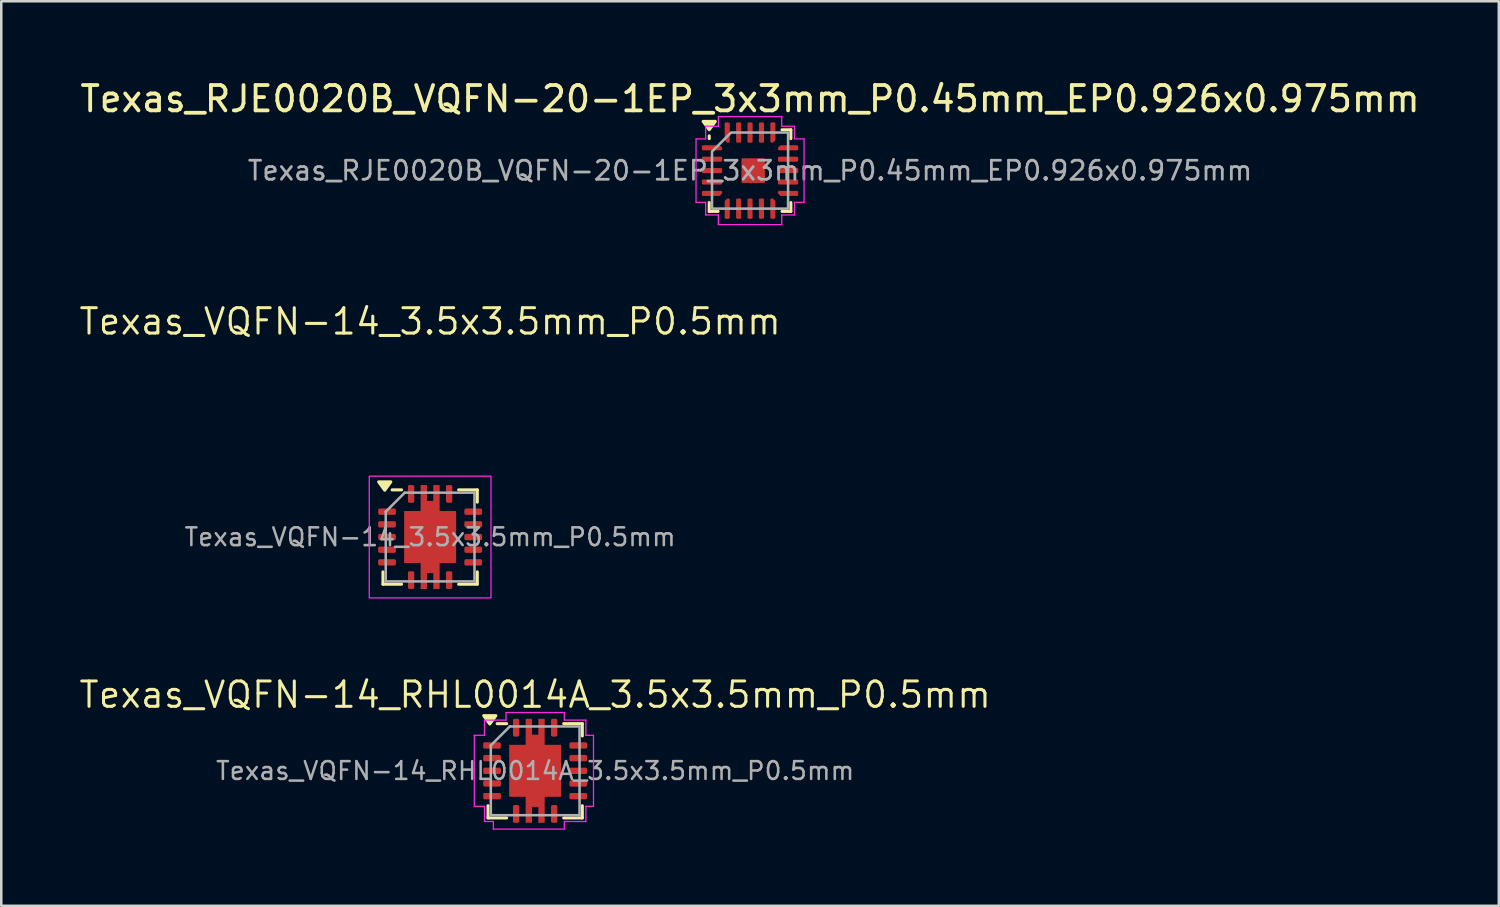
<source format=kicad_pcb>
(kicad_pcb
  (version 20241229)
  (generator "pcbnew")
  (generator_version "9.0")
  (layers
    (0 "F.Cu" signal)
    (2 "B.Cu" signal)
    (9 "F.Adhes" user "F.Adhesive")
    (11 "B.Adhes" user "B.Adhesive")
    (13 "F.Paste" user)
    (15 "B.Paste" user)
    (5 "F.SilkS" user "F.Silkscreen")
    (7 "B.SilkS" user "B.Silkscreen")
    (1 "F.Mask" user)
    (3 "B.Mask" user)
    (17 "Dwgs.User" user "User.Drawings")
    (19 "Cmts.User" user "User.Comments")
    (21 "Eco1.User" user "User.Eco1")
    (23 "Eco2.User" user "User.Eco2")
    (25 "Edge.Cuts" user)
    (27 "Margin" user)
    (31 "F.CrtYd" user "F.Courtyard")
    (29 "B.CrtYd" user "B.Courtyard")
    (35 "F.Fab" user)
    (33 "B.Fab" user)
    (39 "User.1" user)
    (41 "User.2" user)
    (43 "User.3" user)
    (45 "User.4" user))
  (footprint "Texas_RJE0020B_VQFN-20-1EP_3x3mm_P0.45mm_EP0.926x0.975mm"
    (layer "F.Cu")
    (at 26.53 3.678)
    (property "Reference" "Texas_RJE0020B_VQFN-20-1EP_3x3mm_P0.45mm_EP0.926x0.975mm" (at 0 -2.83 0) (layer "F.SilkS") (effects (font (size 1 1) (thickness 0.15))))
    (attr smd)
    (fp_line (start -1.61 -1.26) (end -1.61 -1.37) (stroke (width 0.12) (type solid)) (layer "F.SilkS"))
    (fp_line (start -1.61 1.61) (end -1.61 1.26) (stroke (width 0.12) (type solid)) (layer "F.SilkS"))
    (fp_line (start -1.26 1.61) (end -1.61 1.61) (stroke (width 0.12) (type solid)) (layer "F.SilkS"))
    (fp_line (start 1.26 -1.61) (end 1.61 -1.61) (stroke (width 0.12) (type solid)) (layer "F.SilkS"))
    (fp_line (start 1.26 1.61) (end 1.61 1.61) (stroke (width 0.12) (type solid)) (layer "F.SilkS"))
    (fp_line (start 1.61 -1.61) (end 1.61 -1.26) (stroke (width 0.12) (type solid)) (layer "F.SilkS"))
    (fp_line (start 1.61 1.61) (end 1.61 1.26) (stroke (width 0.12) (type solid)) (layer "F.SilkS"))
    (fp_poly (pts (xy -1.61 -1.61) (xy -1.85 -1.94) (xy -1.37 -1.94)) (stroke (width 0.12) (type solid)) (fill yes) (layer "F.SilkS"))
    (fp_line (start -2.13 -1.25) (end -1.75 -1.25) (stroke (width 0.05) (type solid)) (layer "F.CrtYd"))
    (fp_line (start -2.13 1.25) (end -2.13 -1.25) (stroke (width 0.05) (type solid)) (layer "F.CrtYd"))
    (fp_line (start -1.75 -1.75) (end -1.25 -1.75) (stroke (width 0.05) (type solid)) (layer "F.CrtYd"))
    (fp_line (start -1.75 -1.25) (end -1.75 -1.75) (stroke (width 0.05) (type solid)) (layer "F.CrtYd"))
    (fp_line (start -1.75 1.25) (end -2.13 1.25) (stroke (width 0.05) (type solid)) (layer "F.CrtYd"))
    (fp_line (start -1.75 1.75) (end -1.75 1.25) (stroke (width 0.05) (type solid)) (layer "F.CrtYd"))
    (fp_line (start -1.25 -2.13) (end 1.25 -2.13) (stroke (width 0.05) (type solid)) (layer "F.CrtYd"))
    (fp_line (start -1.25 -1.75) (end -1.25 -2.13) (stroke (width 0.05) (type solid)) (layer "F.CrtYd"))
    (fp_line (start -1.25 1.75) (end -1.75 1.75) (stroke (width 0.05) (type solid)) (layer "F.CrtYd"))
    (fp_line (start -1.25 2.13) (end -1.25 1.75) (stroke (width 0.05) (type solid)) (layer "F.CrtYd"))
    (fp_line (start 1.25 -2.13) (end 1.25 -1.75) (stroke (width 0.05) (type solid)) (layer "F.CrtYd"))
    (fp_line (start 1.25 -1.75) (end 1.75 -1.75) (stroke (width 0.05) (type solid)) (layer "F.CrtYd"))
    (fp_line (start 1.25 1.75) (end 1.25 2.13) (stroke (width 0.05) (type solid)) (layer "F.CrtYd"))
    (fp_line (start 1.25 2.13) (end -1.25 2.13) (stroke (width 0.05) (type solid)) (layer "F.CrtYd"))
    (fp_line (start 1.75 -1.75) (end 1.75 -1.25) (stroke (width 0.05) (type solid)) (layer "F.CrtYd"))
    (fp_line (start 1.75 -1.25) (end 2.13 -1.25) (stroke (width 0.05) (type solid)) (layer "F.CrtYd"))
    (fp_line (start 1.75 1.25) (end 1.75 1.75) (stroke (width 0.05) (type solid)) (layer "F.CrtYd"))
    (fp_line (start 1.75 1.75) (end 1.25 1.75) (stroke (width 0.05) (type solid)) (layer "F.CrtYd"))
    (fp_line (start 2.13 -1.25) (end 2.13 1.25) (stroke (width 0.05) (type solid)) (layer "F.CrtYd"))
    (fp_line (start 2.13 1.25) (end 1.75 1.25) (stroke (width 0.05) (type solid)) (layer "F.CrtYd"))
    (fp_poly (pts (xy -1.5 -0.75) (xy -1.5 1.5) (xy 1.5 1.5) (xy 1.5 -1.5) (xy -0.75 -1.5)) (stroke (width 0.1) (type solid)) (fill no) (layer "F.Fab"))
    (fp_text user "${REFERENCE}" (at 0 0 0) (layer "F.Fab") (effects (font (size 0.75 0.75) (thickness 0.11))))
    (pad "1" smd roundrect (at -1.5 -0.9) (size 0.8 0.2) (layers "F.Cu" "F.Mask" "F.Paste") (roundrect_rratio 0.25) (chamfer_ratio 0.5) (chamfer top_right))
    (pad "2" smd roundrect (at -1.5 -0.45) (size 0.8 0.2) (layers "F.Cu" "F.Mask" "F.Paste") (roundrect_rratio 0.25))
    (pad "3" smd roundrect (at -1.5 0) (size 0.8 0.2) (layers "F.Cu" "F.Mask" "F.Paste") (roundrect_rratio 0.25))
    (pad "4" smd roundrect (at -1.5 0.45) (size 0.8 0.2) (layers "F.Cu" "F.Mask" "F.Paste") (roundrect_rratio 0.25))
    (pad "5" smd roundrect (at -1.5 0.9) (size 0.8 0.2) (layers "F.Cu" "F.Mask" "F.Paste") (roundrect_rratio 0.25) (chamfer_ratio 0.5) (chamfer bottom_right))
    (pad "6" smd roundrect (at -0.9 1.5) (size 0.2 0.8) (layers "F.Cu" "F.Mask" "F.Paste") (roundrect_rratio 0.25) (chamfer_ratio 0.5) (chamfer top_left))
    (pad "7" smd roundrect (at -0.45 1.5) (size 0.2 0.8) (layers "F.Cu" "F.Mask" "F.Paste") (roundrect_rratio 0.25))
    (pad "8" smd roundrect (at 0 1.5) (size 0.2 0.8) (layers "F.Cu" "F.Mask" "F.Paste") (roundrect_rratio 0.25))
    (pad "9" smd roundrect (at 0.45 1.5) (size 0.2 0.8) (layers "F.Cu" "F.Mask" "F.Paste") (roundrect_rratio 0.25))
    (pad "10" smd roundrect (at 0.9 1.5) (size 0.2 0.8) (layers "F.Cu" "F.Mask" "F.Paste") (roundrect_rratio 0.25) (chamfer_ratio 0.5) (chamfer top_right))
    (pad "11" smd roundrect (at 1.5 0.9) (size 0.8 0.2) (layers "F.Cu" "F.Mask" "F.Paste") (roundrect_rratio 0.25) (chamfer_ratio 0.5) (chamfer bottom_left))
    (pad "12" smd roundrect (at 1.5 0.45) (size 0.8 0.2) (layers "F.Cu" "F.Mask" "F.Paste") (roundrect_rratio 0.25))
    (pad "13" smd roundrect (at 1.5 0) (size 0.8 0.2) (layers "F.Cu" "F.Mask" "F.Paste") (roundrect_rratio 0.25))
    (pad "14" smd roundrect (at 1.5 -0.45) (size 0.8 0.2) (layers "F.Cu" "F.Mask" "F.Paste") (roundrect_rratio 0.25))
    (pad "15" smd roundrect (at 1.5 -0.9) (size 0.8 0.2) (layers "F.Cu" "F.Mask" "F.Paste") (roundrect_rratio 0.25) (chamfer_ratio 0.5) (chamfer top_left))
    (pad "16" smd roundrect (at 0.9 -1.5) (size 0.2 0.8) (layers "F.Cu" "F.Mask" "F.Paste") (roundrect_rratio 0.25) (chamfer_ratio 0.5) (chamfer bottom_right))
    (pad "17" smd roundrect (at 0.45 -1.5) (size 0.2 0.8) (layers "F.Cu" "F.Mask" "F.Paste") (roundrect_rratio 0.25))
    (pad "18" smd roundrect (at 0 -1.5) (size 0.2 0.8) (layers "F.Cu" "F.Mask" "F.Paste") (roundrect_rratio 0.25))
    (pad "19" smd roundrect (at -0.45 -1.5) (size 0.2 0.8) (layers "F.Cu" "F.Mask" "F.Paste") (roundrect_rratio 0.25))
    (pad "20" smd roundrect (at -0.9 -1.5) (size 0.2 0.8) (layers "F.Cu" "F.Mask" "F.Paste") (roundrect_rratio 0.25) (chamfer_ratio 0.5) (chamfer bottom_left))
    (pad "21" smd roundrect (at 0.123 0) (size 0.926 0.975) (property pad_prop_heatsink) (layers "F.Cu" "F.Mask" "F.Paste") (roundrect_rratio 0.054)))
  (footprint "Texas_VQFN-14_3.5x3.5mm_P0.5mm"
    (layer "F.Cu")
    (at 13.913 18.129)
    (property "Reference" "Texas_VQFN-14_3.5x3.5mm_P0.5mm" (at 0 -8.5 0) (unlocked yes) (layer "F.SilkS") (effects (font (size 1 1) (thickness 0.12))))
    (attr smd)
    (fp_line (start -1.86 1.375) (end -1.86 1.86) (stroke (width 0.12) (type default)) (layer "F.SilkS"))
    (fp_line (start -1.86 1.86) (end -1.125 1.86) (stroke (width 0.12) (type default)) (layer "F.SilkS"))
    (fp_line (start -1.125 -1.86) (end -1.5 -1.86) (stroke (width 0.12) (type default)) (layer "F.SilkS"))
    (fp_line (start 1.125 -1.86) (end 1.86 -1.86) (stroke (width 0.12) (type default)) (layer "F.SilkS"))
    (fp_line (start 1.86 -1.86) (end 1.86 -1.375) (stroke (width 0.12) (type default)) (layer "F.SilkS"))
    (fp_line (start 1.86 1.375) (end 1.86 1.86) (stroke (width 0.12) (type default)) (layer "F.SilkS"))
    (fp_line (start 1.86 1.86) (end 1.125 1.86) (stroke (width 0.12) (type default)) (layer "F.SilkS"))
    (fp_poly (pts (xy -1.79 -1.845) (xy -2.03 -2.175) (xy -1.55 -2.175) (xy -1.79 -1.845)) (stroke (width 0.12) (type solid)) (fill yes) (layer "F.SilkS"))
    (fp_poly (pts (xy -0.375 -2.05) (xy -0.125 -2.05) (xy -0.125 -1.425) (xy 0.125 -1.425) (xy 0.125 -2.05) (xy 0.375 -2.05) (xy 0.375 -1.225) (xy -0.375 -1.225)) (stroke (width 0) (type solid)) (fill yes) (layer "F.Paste"))
    (fp_poly (pts (xy 0.375 2.05) (xy 0.125 2.05) (xy 0.125 1.425) (xy -0.125 1.425) (xy -0.125 2.05) (xy -0.375 2.05) (xy -0.375 1.225) (xy 0.375 1.225)) (stroke (width 0) (type solid)) (fill yes) (layer "F.Paste"))
    (fp_rect (start -2.4 -2.4) (end 2.4 2.4) (stroke (width 0.05) (type default)) (fill no) (layer "F.CrtYd"))
    (fp_line (start -1.75 -1) (end -1 -1.75) (stroke (width 0.1) (type default)) (layer "F.Fab"))
    (fp_line (start -1.75 1.75) (end -1.75 -1) (stroke (width 0.1) (type default)) (layer "F.Fab"))
    (fp_line (start -1 -1.75) (end 1.75 -1.75) (stroke (width 0.1) (type default)) (layer "F.Fab"))
    (fp_line (start 1.75 -1.75) (end 1.75 1.75) (stroke (width 0.1) (type default)) (layer "F.Fab"))
    (fp_line (start 1.75 1.75) (end -1.75 1.75) (stroke (width 0.1) (type default)) (layer "F.Fab"))
    (fp_text user "${REFERENCE}" (at 0 0 0) (unlocked yes) (layer "F.Fab") (effects (font (size 0.7 0.7) (thickness 0.1))))
    (pad "" smd roundrect (at -0.575 -0.575) (size 0.9 0.9) (layers "F.Paste") (roundrect_rratio 0.111))
    (pad "" smd roundrect (at -0.575 0.575) (size 0.9 0.9) (layers "F.Paste") (roundrect_rratio 0.111))
    (pad "" smd roundrect (at 0.575 -0.575) (size 0.9 0.9) (layers "F.Paste") (roundrect_rratio 0.111))
    (pad "" smd roundrect (at 0.575 0.575) (size 0.9 0.9) (layers "F.Paste") (roundrect_rratio 0.111))
    (pad "1" smd roundrect (at -0.75 -1.7) (size 0.25 0.7) (layers "F.Cu" "F.Mask" "F.Paste") (roundrect_rratio 0.25))
    (pad "2" smd roundrect (at -1.7 -1) (size 0.7 0.25) (layers "F.Cu" "F.Mask" "F.Paste") (roundrect_rratio 0.25))
    (pad "3" smd roundrect (at -1.7 -0.5) (size 0.7 0.25) (layers "F.Cu" "F.Mask" "F.Paste") (roundrect_rratio 0.25))
    (pad "4" smd roundrect (at -1.7 0) (size 0.7 0.25) (layers "F.Cu" "F.Mask" "F.Paste") (roundrect_rratio 0.25))
    (pad "5" smd roundrect (at -1.7 0.5) (size 0.7 0.25) (layers "F.Cu" "F.Mask" "F.Paste") (roundrect_rratio 0.25))
    (pad "6" smd roundrect (at -1.7 1) (size 0.7 0.25) (layers "F.Cu" "F.Mask" "F.Paste") (roundrect_rratio 0.25))
    (pad "7" smd roundrect (at -0.75 1.7) (size 0.25 0.7) (layers "F.Cu" "F.Mask" "F.Paste") (roundrect_rratio 0.25))
    (pad "8" smd roundrect (at 0.75 1.7) (size 0.25 0.7) (layers "F.Cu" "F.Mask" "F.Paste") (roundrect_rratio 0.25))
    (pad "9" smd roundrect (at 1.7 1) (size 0.7 0.25) (layers "F.Cu" "F.Mask" "F.Paste") (roundrect_rratio 0.25))
    (pad "10" smd roundrect (at 1.7 0.5) (size 0.7 0.25) (layers "F.Cu" "F.Mask" "F.Paste") (roundrect_rratio 0.25))
    (pad "11" smd roundrect (at 1.7 0) (size 0.7 0.25) (layers "F.Cu" "F.Mask" "F.Paste") (roundrect_rratio 0.25))
    (pad "12" smd roundrect (at 1.7 -0.5) (size 0.7 0.25) (layers "F.Cu" "F.Mask" "F.Paste") (roundrect_rratio 0.25))
    (pad "13" smd roundrect (at 1.7 -1) (size 0.7 0.25) (layers "F.Cu" "F.Mask" "F.Paste") (roundrect_rratio 0.25))
    (pad "14" smd roundrect (at 0.75 -1.7) (size 0.25 0.7) (layers "F.Cu" "F.Mask" "F.Paste") (roundrect_rratio 0.25))
    (pad "15" smd custom (at 0 0) (size 2.05 2.05) (layers "F.Cu" "F.Mask") (options (anchor rect)) (primitives (gr_poly (pts (xy -0.375 -2.05) (xy -0.125 -2.05) (xy -0.125 -1.425) (xy 0.125 -1.425) (xy 0.125 -2.05) (xy 0.375 -2.05) (xy 0.375 -1.025) (xy 1.025 -1.025) (xy 1.025 1.025) (xy 0.375 1.025) (xy 0.375 2.05) (xy 0.125 2.05) (xy 0.125 1.425) (xy -0.125 1.425) (xy -0.125 2.05) (xy -0.375 2.05) (xy -0.375 1.025) (xy -1.025 1.025) (xy -1.025 -1.025) (xy -0.375 -1.025)) (width 0) (fill yes)))))
  (footprint "Texas_VQFN-14_RHL0014A_3.5x3.5mm_P0.5mm"
    (layer "F.Cu")
    (at 18.056 27.349)
    (property "Reference" "Texas_VQFN-14_RHL0014A_3.5x3.5mm_P0.5mm" (at 0 -3 0) (unlocked yes) (layer "F.SilkS") (effects (font (size 1 1) (thickness 0.12))))
    (attr smd)
    (fp_line (start -1.86 1.375) (end -1.86 1.86) (stroke (width 0.12) (type default)) (layer "F.SilkS"))
    (fp_line (start -1.86 1.86) (end -1.125 1.86) (stroke (width 0.12) (type default)) (layer "F.SilkS"))
    (fp_line (start -1.125 -1.86) (end -1.5 -1.86) (stroke (width 0.12) (type default)) (layer "F.SilkS"))
    (fp_line (start 1.125 -1.86) (end 1.86 -1.86) (stroke (width 0.12) (type default)) (layer "F.SilkS"))
    (fp_line (start 1.86 -1.86) (end 1.86 -1.375) (stroke (width 0.12) (type default)) (layer "F.SilkS"))
    (fp_line (start 1.86 1.375) (end 1.86 1.86) (stroke (width 0.12) (type default)) (layer "F.SilkS"))
    (fp_line (start 1.86 1.86) (end 1.125 1.86) (stroke (width 0.12) (type default)) (layer "F.SilkS"))
    (fp_poly (pts (xy -1.79 -1.845) (xy -2.03 -2.175) (xy -1.55 -2.175) (xy -1.79 -1.845)) (stroke (width 0.12) (type solid)) (fill yes) (layer "F.SilkS"))
    (fp_poly (pts (xy -0.375 -2.05) (xy -0.125 -2.05) (xy -0.125 -1.425) (xy 0.125 -1.425) (xy 0.125 -2.05) (xy 0.375 -2.05) (xy 0.375 -1.225) (xy -0.375 -1.225)) (stroke (width 0) (type solid)) (fill yes) (layer "F.Paste"))
    (fp_poly (pts (xy 0.375 2.05) (xy 0.125 2.05) (xy 0.125 1.425) (xy -0.125 1.425) (xy -0.125 2.05) (xy -0.375 2.05) (xy -0.375 1.225) (xy 0.375 1.225)) (stroke (width 0) (type solid)) (fill yes) (layer "F.Paste"))
    (fp_line (start -2.4 -1.4) (end -2.4 1.4) (stroke (width 0.05) (type default)) (layer "F.CrtYd"))
    (fp_line (start -2.4 -1.4) (end -2 -1.4) (stroke (width 0.05) (type default)) (layer "F.CrtYd"))
    (fp_line (start -2 -2) (end -1.15 -2) (stroke (width 0.05) (type default)) (layer "F.CrtYd"))
    (fp_line (start -2 -1.4) (end -2 -2) (stroke (width 0.05) (type default)) (layer "F.CrtYd"))
    (fp_line (start -2 1.4) (end -2.4 1.4) (stroke (width 0.05) (type default)) (layer "F.CrtYd"))
    (fp_line (start -2 2) (end -2 1.4) (stroke (width 0.05) (type default)) (layer "F.CrtYd"))
    (fp_line (start -1.65 2) (end -2 2) (stroke (width 0.05) (type default)) (layer "F.CrtYd"))
    (fp_line (start -1.65 2.3) (end -1.65 2) (stroke (width 0.05) (type default)) (layer "F.CrtYd"))
    (fp_line (start -1.15 -2) (end -1.15 -2.3) (stroke (width 0.05) (type default)) (layer "F.CrtYd"))
    (fp_line (start 1.15 -2.3) (end -1.15 -2.3) (stroke (width 0.05) (type default)) (layer "F.CrtYd"))
    (fp_line (start 1.15 -2.3) (end 1.15 -2) (stroke (width 0.05) (type default)) (layer "F.CrtYd"))
    (fp_line (start 1.15 -2) (end 2 -2) (stroke (width 0.05) (type default)) (layer "F.CrtYd"))
    (fp_line (start 1.15 2) (end 1.15 2.3) (stroke (width 0.05) (type default)) (layer "F.CrtYd"))
    (fp_line (start 1.15 2.3) (end -1.65 2.3) (stroke (width 0.05) (type default)) (layer "F.CrtYd"))
    (fp_line (start 2 -2) (end 2 -1.4) (stroke (width 0.05) (type default)) (layer "F.CrtYd"))
    (fp_line (start 2 -1.4) (end 2.3 -1.4) (stroke (width 0.05) (type default)) (layer "F.CrtYd"))
    (fp_line (start 2 1.4) (end 2 2) (stroke (width 0.05) (type default)) (layer "F.CrtYd"))
    (fp_line (start 2 2) (end 1.15 2) (stroke (width 0.05) (type default)) (layer "F.CrtYd"))
    (fp_line (start 2.3 -1.4) (end 2.3 1.4) (stroke (width 0.05) (type default)) (layer "F.CrtYd"))
    (fp_line (start 2.3 1.4) (end 2 1.4) (stroke (width 0.05) (type default)) (layer "F.CrtYd"))
    (fp_line (start -1.75 -1) (end -1 -1.75) (stroke (width 0.1) (type default)) (layer "F.Fab"))
    (fp_line (start -1.75 1.75) (end -1.75 -1) (stroke (width 0.1) (type default)) (layer "F.Fab"))
    (fp_line (start -1 -1.75) (end 1.75 -1.75) (stroke (width 0.1) (type default)) (layer "F.Fab"))
    (fp_line (start 1.75 -1.75) (end 1.75 1.75) (stroke (width 0.1) (type default)) (layer "F.Fab"))
    (fp_line (start 1.75 1.75) (end -1.75 1.75) (stroke (width 0.1) (type default)) (layer "F.Fab"))
    (fp_text user "${REFERENCE}" (at 0 0 0) (unlocked yes) (layer "F.Fab") (effects (font (size 0.7 0.7) (thickness 0.1))))
    (pad "" smd roundrect (at -0.575 -0.575) (size 0.9 0.9) (layers "F.Paste") (roundrect_rratio 0.111))
    (pad "" smd roundrect (at -0.575 0.575) (size 0.9 0.9) (layers "F.Paste") (roundrect_rratio 0.111))
    (pad "" smd roundrect (at 0.575 -0.575) (size 0.9 0.9) (layers "F.Paste") (roundrect_rratio 0.111))
    (pad "" smd roundrect (at 0.575 0.575) (size 0.9 0.9) (layers "F.Paste") (roundrect_rratio 0.111))
    (pad "1" smd roundrect (at -0.75 -1.7) (size 0.25 0.7) (layers "F.Cu" "F.Mask" "F.Paste") (roundrect_rratio 0.25))
    (pad "2" smd roundrect (at -1.7 -1) (size 0.7 0.25) (layers "F.Cu" "F.Mask" "F.Paste") (roundrect_rratio 0.25))
    (pad "3" smd roundrect (at -1.7 -0.5) (size 0.7 0.25) (layers "F.Cu" "F.Mask" "F.Paste") (roundrect_rratio 0.25))
    (pad "4" smd roundrect (at -1.7 0) (size 0.7 0.25) (layers "F.Cu" "F.Mask" "F.Paste") (roundrect_rratio 0.25))
    (pad "5" smd roundrect (at -1.7 0.5) (size 0.7 0.25) (layers "F.Cu" "F.Mask" "F.Paste") (roundrect_rratio 0.25))
    (pad "6" smd roundrect (at -1.7 1) (size 0.7 0.25) (layers "F.Cu" "F.Mask" "F.Paste") (roundrect_rratio 0.25))
    (pad "7" smd roundrect (at -0.75 1.7) (size 0.25 0.7) (layers "F.Cu" "F.Mask" "F.Paste") (roundrect_rratio 0.25))
    (pad "8" smd roundrect (at 0.75 1.7) (size 0.25 0.7) (layers "F.Cu" "F.Mask" "F.Paste") (roundrect_rratio 0.25))
    (pad "9" smd roundrect (at 1.7 1) (size 0.7 0.25) (layers "F.Cu" "F.Mask" "F.Paste") (roundrect_rratio 0.25))
    (pad "10" smd roundrect (at 1.7 0.5) (size 0.7 0.25) (layers "F.Cu" "F.Mask" "F.Paste") (roundrect_rratio 0.25))
    (pad "11" smd roundrect (at 1.7 0) (size 0.7 0.25) (layers "F.Cu" "F.Mask" "F.Paste") (roundrect_rratio 0.25))
    (pad "12" smd roundrect (at 1.7 -0.5) (size 0.7 0.25) (layers "F.Cu" "F.Mask" "F.Paste") (roundrect_rratio 0.25))
    (pad "13" smd roundrect (at 1.7 -1) (size 0.7 0.25) (layers "F.Cu" "F.Mask" "F.Paste") (roundrect_rratio 0.25))
    (pad "14" smd roundrect (at 0.75 -1.7) (size 0.25 0.7) (layers "F.Cu" "F.Mask" "F.Paste") (roundrect_rratio 0.25))
    (pad "15" smd custom (at 0 0) (size 2.05 2.05) (layers "F.Cu" "F.Mask") (options (anchor rect)) (primitives (gr_poly (pts (xy -0.375 -2.05) (xy -0.125 -2.05) (xy -0.125 -1.425) (xy 0.125 -1.425) (xy 0.125 -2.05) (xy 0.375 -2.05) (xy 0.375 -1.025) (xy 1.025 -1.025) (xy 1.025 1.025) (xy 0.375 1.025) (xy 0.375 2.05) (xy 0.125 2.05) (xy 0.125 1.425) (xy -0.125 1.425) (xy -0.125 2.05) (xy -0.375 2.05) (xy -0.375 1.025) (xy -1.025 1.025) (xy -1.025 -1.025) (xy -0.375 -1.025)) (width 0) (fill yes)))))
  (gr_rect
    (start -3 -3)
    (end 56.06 32.674)
    (stroke (width 0.1) (type default))
    (fill no)
    (layer "Edge.Cuts")))
</source>
